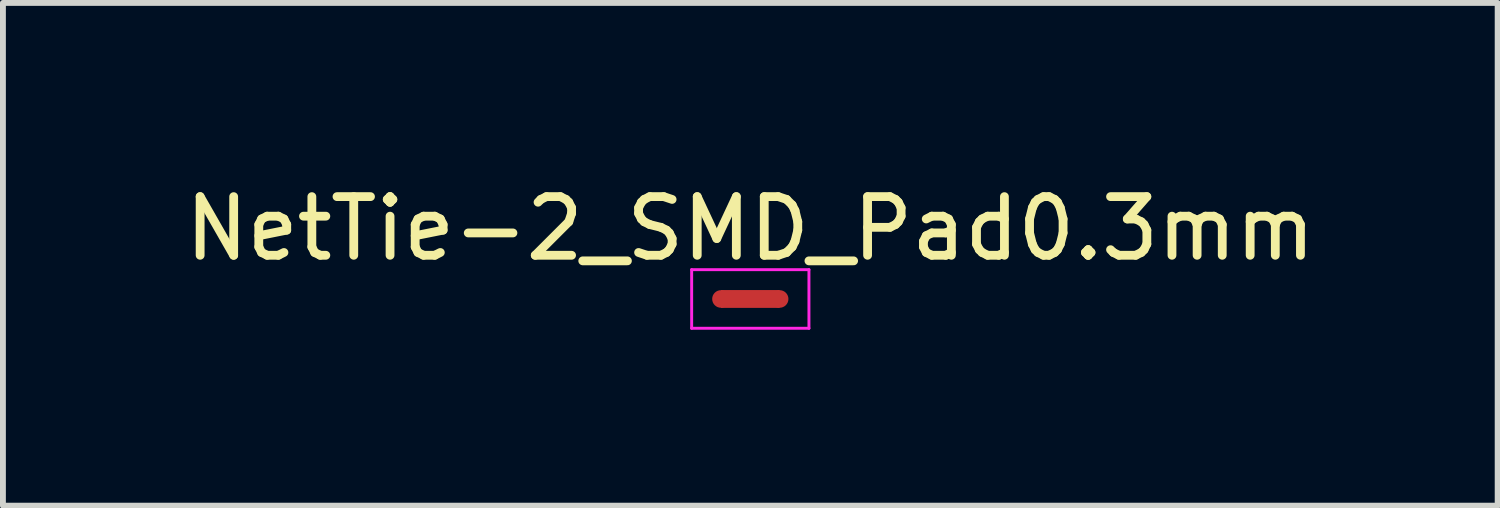
<source format=kicad_pcb>
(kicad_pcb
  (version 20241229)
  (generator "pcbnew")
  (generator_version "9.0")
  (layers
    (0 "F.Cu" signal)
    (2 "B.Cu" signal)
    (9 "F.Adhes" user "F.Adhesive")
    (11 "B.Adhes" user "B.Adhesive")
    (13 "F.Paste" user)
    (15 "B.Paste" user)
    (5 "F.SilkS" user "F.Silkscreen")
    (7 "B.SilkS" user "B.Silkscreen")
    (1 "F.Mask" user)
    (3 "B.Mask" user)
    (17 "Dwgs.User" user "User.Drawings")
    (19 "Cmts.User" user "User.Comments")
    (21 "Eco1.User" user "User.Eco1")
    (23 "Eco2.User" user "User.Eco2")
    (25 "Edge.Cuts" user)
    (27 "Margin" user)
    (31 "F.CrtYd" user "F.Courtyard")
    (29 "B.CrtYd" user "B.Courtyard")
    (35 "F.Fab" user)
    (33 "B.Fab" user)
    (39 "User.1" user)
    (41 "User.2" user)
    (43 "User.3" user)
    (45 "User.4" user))
  (footprint "NetTie-2_SMD_Pad0.3mm"
    (layer "F.Cu")
    (at 9.744 2.048)
    (property "Reference" "NetTie-2_SMD_Pad0.3mm" (at 0 -1.2 0) (layer "F.SilkS") (effects (font (size 1 1) (thickness 0.15))))
    (attr exclude_from_pos_files exclude_from_bom)
    (fp_poly (pts (xy -0.5 -0.152) (xy 0.5 -0.152) (xy 0.5 0.152) (xy -0.5 0.152)) (stroke (width 0) (type solid)) (fill yes) (layer "F.Cu"))
    (fp_line (start -1 -0.5) (end -1 0.5) (stroke (width 0.05) (type solid)) (layer "F.CrtYd"))
    (fp_line (start -1 0.5) (end 1 0.5) (stroke (width 0.05) (type solid)) (layer "F.CrtYd"))
    (fp_line (start 1 -0.5) (end -1 -0.5) (stroke (width 0.05) (type solid)) (layer "F.CrtYd"))
    (fp_line (start 1 0.5) (end 1 -0.5) (stroke (width 0.05) (type solid)) (layer "F.CrtYd"))
    (pad "1" smd circle (at -0.5 0) (size 0.3 0.3) (layers "F.Cu"))
    (pad "2" smd circle (at 0.5 0) (size 0.3 0.3) (layers "F.Cu")))
  (gr_rect
    (start -3 -3)
    (end 22.488 5.573)
    (stroke (width 0.1) (type default))
    (fill no)
    (layer "Edge.Cuts")))
</source>
